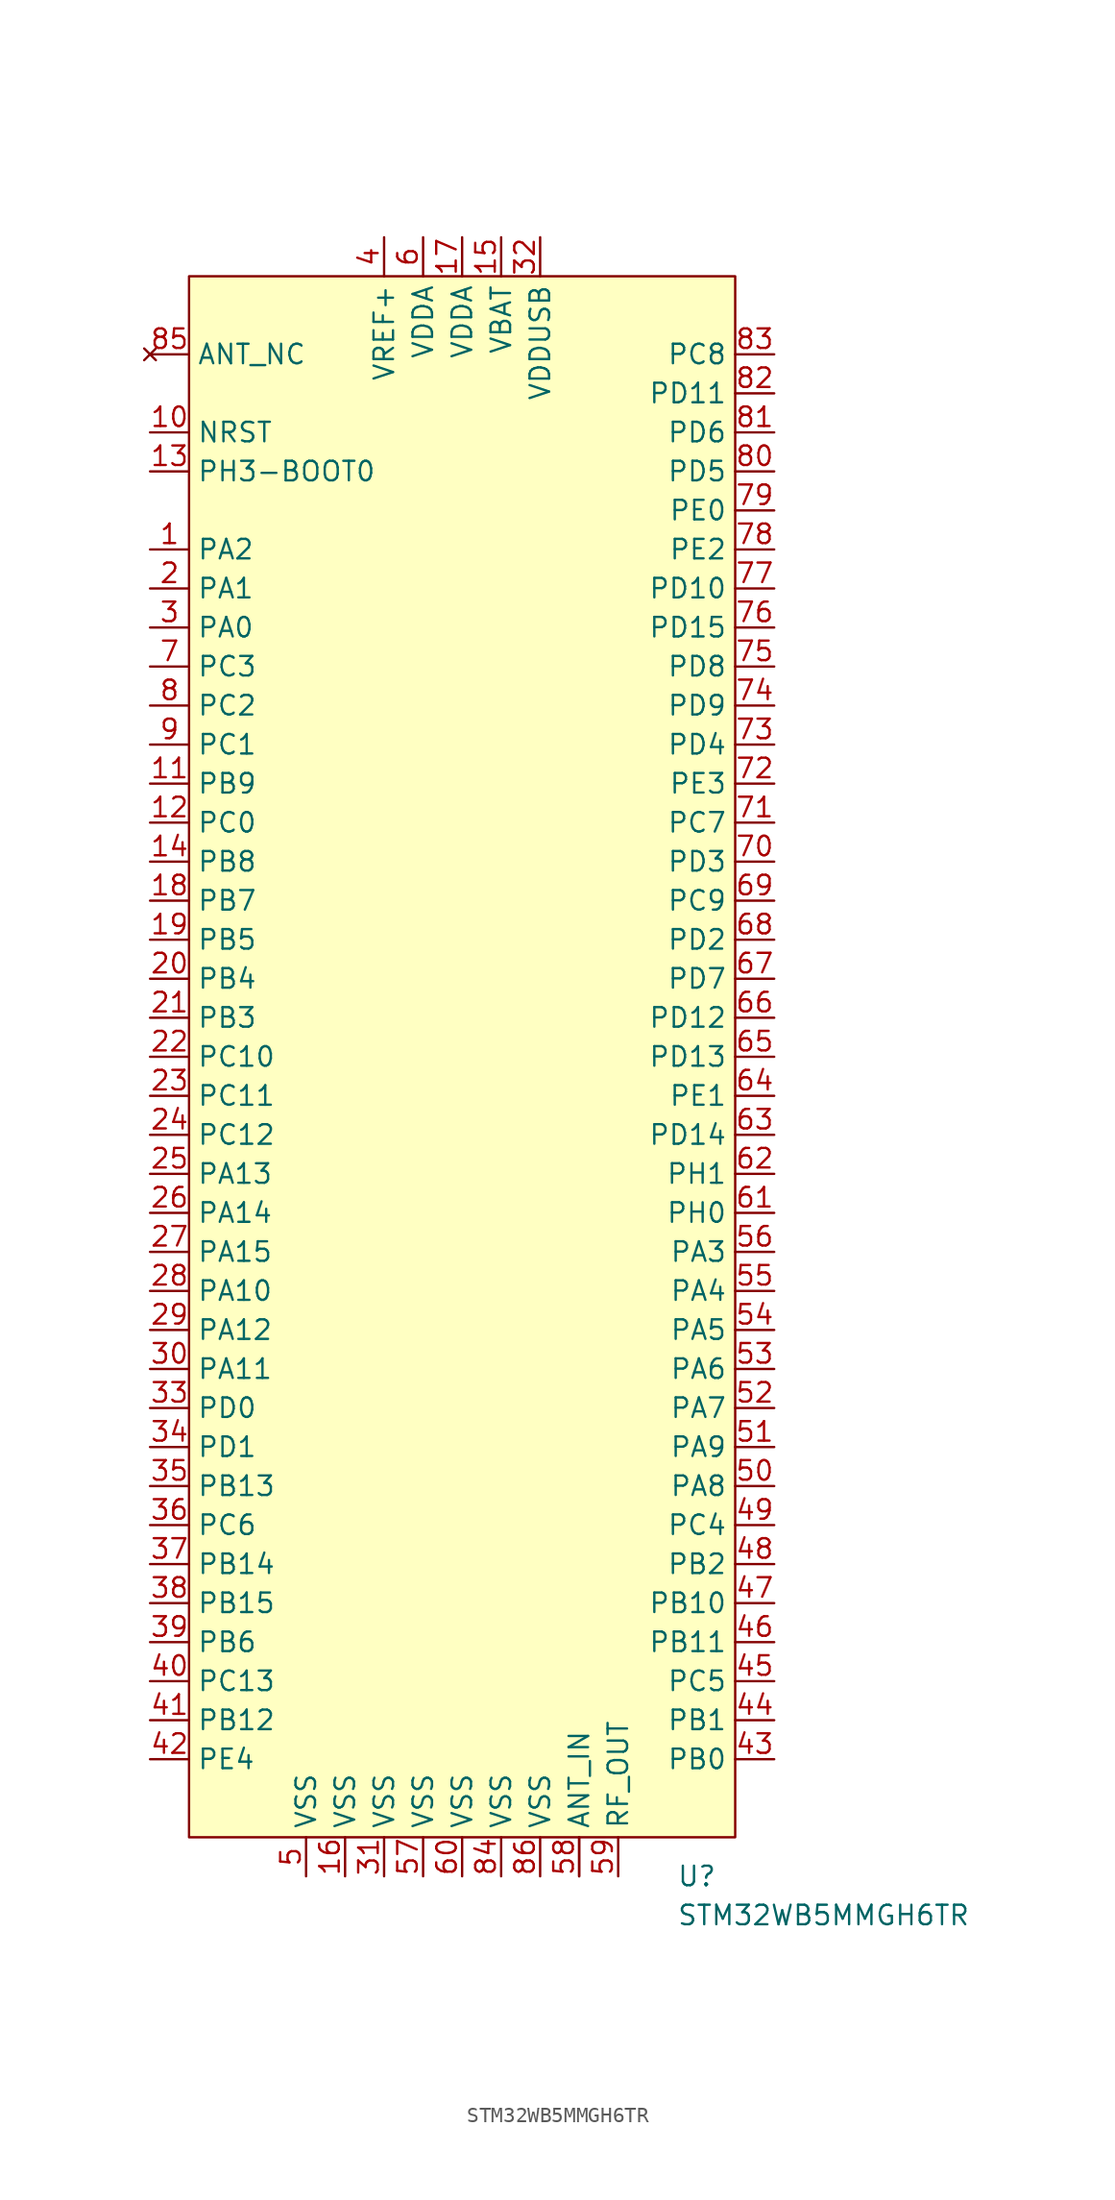
<source format=kicad_sym>
(kicad_symbol_lib
  (version 20220914)
  (generator kicad_symbol_editor)
  (symbol "STM32WB5MMGH6TR"
    (property "Reference" "U"
      (at 13.97 -53.34 0)
      (effects (font (size 1.27 1.27)) (justify left)))
    (property "Value" "STM32WB5MMGH6TR"
      (at 13.97 -55.88 0)
      (effects (font (size 1.27 1.27)) (justify left)))
    (symbol "STM32WB5MMGH6TR_0_1"
      (rectangle (start -17.78 50.8) (end 17.78 -50.8) (stroke (width 0) (type default)) (fill (type background)))
      (pin bidirectional line (at -20.32 33.02 0) (length 2.54) (name "PA2" (effects (font (size 1.27 1.27)))) (number "1" (effects (font (size 1.27 1.27)))))
      (pin input line (at -20.32 40.64 0) (length 2.54) (name "NRST" (effects (font (size 1.27 1.27)))) (number "10" (effects (font (size 1.27 1.27)))))
      (pin bidirectional line (at -20.32 17.78 0) (length 2.54) (name "PB9" (effects (font (size 1.27 1.27)))) (number "11" (effects (font (size 1.27 1.27)))))
      (pin bidirectional line (at -20.32 15.24 0) (length 2.54) (name "PC0" (effects (font (size 1.27 1.27)))) (number "12" (effects (font (size 1.27 1.27)))))
      (pin bidirectional line (at -20.32 38.1 0) (length 2.54) (name "PH3-BOOT0" (effects (font (size 1.27 1.27)))) (number "13" (effects (font (size 1.27 1.27)))))
      (pin bidirectional line (at -20.32 12.7 0) (length 2.54) (name "PB8" (effects (font (size 1.27 1.27)))) (number "14" (effects (font (size 1.27 1.27)))))
      (pin bidirectional line (at -20.32 10.16 0) (length 2.54) (name "PB7" (effects (font (size 1.27 1.27)))) (number "18" (effects (font (size 1.27 1.27)))))
      (pin bidirectional line (at -20.32 7.62 0) (length 2.54) (name "PB5" (effects (font (size 1.27 1.27)))) (number "19" (effects (font (size 1.27 1.27)))))
      (pin bidirectional line (at -20.32 30.48 0) (length 2.54) (name "PA1" (effects (font (size 1.27 1.27)))) (number "2" (effects (font (size 1.27 1.27)))))
      (pin bidirectional line (at -20.32 5.08 0) (length 2.54) (name "PB4" (effects (font (size 1.27 1.27)))) (number "20" (effects (font (size 1.27 1.27)))))
      (pin bidirectional line (at -20.32 2.54 0) (length 2.54) (name "PB3" (effects (font (size 1.27 1.27)))) (number "21" (effects (font (size 1.27 1.27)))))
      (pin bidirectional line (at -20.32 0 0) (length 2.54) (name "PC10" (effects (font (size 1.27 1.27)))) (number "22" (effects (font (size 1.27 1.27)))))
      (pin bidirectional line (at -20.32 -2.54 0) (length 2.54) (name "PC11" (effects (font (size 1.27 1.27)))) (number "23" (effects (font (size 1.27 1.27)))))
      (pin bidirectional line (at -20.32 -5.08 0) (length 2.54) (name "PC12" (effects (font (size 1.27 1.27)))) (number "24" (effects (font (size 1.27 1.27)))))
      (pin bidirectional line (at -20.32 -7.62 0) (length 2.54) (name "PA13" (effects (font (size 1.27 1.27)))) (number "25" (effects (font (size 1.27 1.27)))))
      (pin bidirectional line (at -20.32 -10.16 0) (length 2.54) (name "PA14" (effects (font (size 1.27 1.27)))) (number "26" (effects (font (size 1.27 1.27)))))
      (pin bidirectional line (at -20.32 -12.7 0) (length 2.54) (name "PA15" (effects (font (size 1.27 1.27)))) (number "27" (effects (font (size 1.27 1.27)))))
      (pin bidirectional line (at -20.32 -15.24 0) (length 2.54) (name "PA10" (effects (font (size 1.27 1.27)))) (number "28" (effects (font (size 1.27 1.27)))))
      (pin bidirectional line (at -20.32 -17.78 0) (length 2.54) (name "PA12" (effects (font (size 1.27 1.27)))) (number "29" (effects (font (size 1.27 1.27)))))
      (pin bidirectional line (at -20.32 27.94 0) (length 2.54) (name "PA0" (effects (font (size 1.27 1.27)))) (number "3" (effects (font (size 1.27 1.27)))))
      (pin bidirectional line (at -20.32 -20.32 0) (length 2.54) (name "PA11" (effects (font (size 1.27 1.27)))) (number "30" (effects (font (size 1.27 1.27)))))
      (pin bidirectional line (at -20.32 -22.86 0) (length 2.54) (name "PD0" (effects (font (size 1.27 1.27)))) (number "33" (effects (font (size 1.27 1.27)))))
      (pin bidirectional line (at -20.32 -25.4 0) (length 2.54) (name "PD1" (effects (font (size 1.27 1.27)))) (number "34" (effects (font (size 1.27 1.27)))))
      (pin bidirectional line (at -20.32 -27.94 0) (length 2.54) (name "PB13" (effects (font (size 1.27 1.27)))) (number "35" (effects (font (size 1.27 1.27)))))
      (pin bidirectional line (at -20.32 -30.48 0) (length 2.54) (name "PC6" (effects (font (size 1.27 1.27)))) (number "36" (effects (font (size 1.27 1.27)))))
      (pin bidirectional line (at -20.32 -33.02 0) (length 2.54) (name "PB14" (effects (font (size 1.27 1.27)))) (number "37" (effects (font (size 1.27 1.27)))))
      (pin bidirectional line (at -20.32 -35.56 0) (length 2.54) (name "PB15" (effects (font (size 1.27 1.27)))) (number "38" (effects (font (size 1.27 1.27)))))
      (pin bidirectional line (at -20.32 -38.1 0) (length 2.54) (name "PB6" (effects (font (size 1.27 1.27)))) (number "39" (effects (font (size 1.27 1.27)))))
      (pin bidirectional line (at -20.32 -40.64 0) (length 2.54) (name "PC13" (effects (font (size 1.27 1.27)))) (number "40" (effects (font (size 1.27 1.27)))))
      (pin bidirectional line (at -20.32 -43.18 0) (length 2.54) (name "PB12" (effects (font (size 1.27 1.27)))) (number "41" (effects (font (size 1.27 1.27)))))
      (pin bidirectional line (at -20.32 -45.72 0) (length 2.54) (name "PE4" (effects (font (size 1.27 1.27)))) (number "42" (effects (font (size 1.27 1.27)))))
      (pin bidirectional line (at 20.32 -45.72 180) (length 2.54) (name "PB0" (effects (font (size 1.27 1.27)))) (number "43" (effects (font (size 1.27 1.27)))))
      (pin bidirectional line (at 20.32 -43.18 180) (length 2.54) (name "PB1" (effects (font (size 1.27 1.27)))) (number "44" (effects (font (size 1.27 1.27)))))
      (pin bidirectional line (at 20.32 -40.64 180) (length 2.54) (name "PC5" (effects (font (size 1.27 1.27)))) (number "45" (effects (font (size 1.27 1.27)))))
      (pin bidirectional line (at 20.32 -38.1 180) (length 2.54) (name "PB11" (effects (font (size 1.27 1.27)))) (number "46" (effects (font (size 1.27 1.27)))))
      (pin bidirectional line (at 20.32 -35.56 180) (length 2.54) (name "PB10" (effects (font (size 1.27 1.27)))) (number "47" (effects (font (size 1.27 1.27)))))
      (pin bidirectional line (at 20.32 -33.02 180) (length 2.54) (name "PB2" (effects (font (size 1.27 1.27)))) (number "48" (effects (font (size 1.27 1.27)))))
      (pin bidirectional line (at 20.32 -30.48 180) (length 2.54) (name "PC4" (effects (font (size 1.27 1.27)))) (number "49" (effects (font (size 1.27 1.27)))))
      (pin bidirectional line (at 20.32 -27.94 180) (length 2.54) (name "PA8" (effects (font (size 1.27 1.27)))) (number "50" (effects (font (size 1.27 1.27)))))
      (pin bidirectional line (at 20.32 -25.4 180) (length 2.54) (name "PA9" (effects (font (size 1.27 1.27)))) (number "51" (effects (font (size 1.27 1.27)))))
      (pin bidirectional line (at 20.32 -22.86 180) (length 2.54) (name "PA7" (effects (font (size 1.27 1.27)))) (number "52" (effects (font (size 1.27 1.27)))))
      (pin bidirectional line (at 20.32 -20.32 180) (length 2.54) (name "PA6" (effects (font (size 1.27 1.27)))) (number "53" (effects (font (size 1.27 1.27)))))
      (pin bidirectional line (at 20.32 -17.78 180) (length 2.54) (name "PA5" (effects (font (size 1.27 1.27)))) (number "54" (effects (font (size 1.27 1.27)))))
      (pin bidirectional line (at 20.32 -15.24 180) (length 2.54) (name "PA4" (effects (font (size 1.27 1.27)))) (number "55" (effects (font (size 1.27 1.27)))))
      (pin bidirectional line (at 20.32 -12.7 180) (length 2.54) (name "PA3" (effects (font (size 1.27 1.27)))) (number "56" (effects (font (size 1.27 1.27)))))
      (pin bidirectional line (at 20.32 -10.16 180) (length 2.54) (name "PH0" (effects (font (size 1.27 1.27)))) (number "61" (effects (font (size 1.27 1.27)))))
      (pin bidirectional line (at 20.32 -7.62 180) (length 2.54) (name "PH1" (effects (font (size 1.27 1.27)))) (number "62" (effects (font (size 1.27 1.27)))))
      (pin bidirectional line (at 20.32 -5.08 180) (length 2.54) (name "PD14" (effects (font (size 1.27 1.27)))) (number "63" (effects (font (size 1.27 1.27)))))
      (pin bidirectional line (at 20.32 -2.54 180) (length 2.54) (name "PE1" (effects (font (size 1.27 1.27)))) (number "64" (effects (font (size 1.27 1.27)))))
      (pin bidirectional line (at 20.32 0 180) (length 2.54) (name "PD13" (effects (font (size 1.27 1.27)))) (number "65" (effects (font (size 1.27 1.27)))))
      (pin bidirectional line (at 20.32 2.54 180) (length 2.54) (name "PD12" (effects (font (size 1.27 1.27)))) (number "66" (effects (font (size 1.27 1.27)))))
      (pin bidirectional line (at 20.32 5.08 180) (length 2.54) (name "PD7" (effects (font (size 1.27 1.27)))) (number "67" (effects (font (size 1.27 1.27)))))
      (pin bidirectional line (at 20.32 7.62 180) (length 2.54) (name "PD2" (effects (font (size 1.27 1.27)))) (number "68" (effects (font (size 1.27 1.27)))))
      (pin bidirectional line (at 20.32 10.16 180) (length 2.54) (name "PC9" (effects (font (size 1.27 1.27)))) (number "69" (effects (font (size 1.27 1.27)))))
      (pin bidirectional line (at -20.32 25.4 0) (length 2.54) (name "PC3" (effects (font (size 1.27 1.27)))) (number "7" (effects (font (size 1.27 1.27)))))
      (pin bidirectional line (at 20.32 12.7 180) (length 2.54) (name "PD3" (effects (font (size 1.27 1.27)))) (number "70" (effects (font (size 1.27 1.27)))))
      (pin bidirectional line (at 20.32 15.24 180) (length 2.54) (name "PC7" (effects (font (size 1.27 1.27)))) (number "71" (effects (font (size 1.27 1.27)))))
      (pin bidirectional line (at 20.32 17.78 180) (length 2.54) (name "PE3" (effects (font (size 1.27 1.27)))) (number "72" (effects (font (size 1.27 1.27)))))
      (pin bidirectional line (at 20.32 20.32 180) (length 2.54) (name "PD4" (effects (font (size 1.27 1.27)))) (number "73" (effects (font (size 1.27 1.27)))))
      (pin bidirectional line (at 20.32 22.86 180) (length 2.54) (name "PD9" (effects (font (size 1.27 1.27)))) (number "74" (effects (font (size 1.27 1.27)))))
      (pin bidirectional line (at 20.32 25.4 180) (length 2.54) (name "PD8" (effects (font (size 1.27 1.27)))) (number "75" (effects (font (size 1.27 1.27)))))
      (pin bidirectional line (at 20.32 27.94 180) (length 2.54) (name "PD15" (effects (font (size 1.27 1.27)))) (number "76" (effects (font (size 1.27 1.27)))))
      (pin bidirectional line (at 20.32 30.48 180) (length 2.54) (name "PD10" (effects (font (size 1.27 1.27)))) (number "77" (effects (font (size 1.27 1.27)))))
      (pin bidirectional line (at 20.32 33.02 180) (length 2.54) (name "PE2" (effects (font (size 1.27 1.27)))) (number "78" (effects (font (size 1.27 1.27)))))
      (pin bidirectional line (at 20.32 35.56 180) (length 2.54) (name "PE0" (effects (font (size 1.27 1.27)))) (number "79" (effects (font (size 1.27 1.27)))))
      (pin bidirectional line (at -20.32 22.86 0) (length 2.54) (name "PC2" (effects (font (size 1.27 1.27)))) (number "8" (effects (font (size 1.27 1.27)))))
      (pin bidirectional line (at 20.32 38.1 180) (length 2.54) (name "PD5" (effects (font (size 1.27 1.27)))) (number "80" (effects (font (size 1.27 1.27)))))
      (pin bidirectional line (at 20.32 40.64 180) (length 2.54) (name "PD6" (effects (font (size 1.27 1.27)))) (number "81" (effects (font (size 1.27 1.27)))))
      (pin bidirectional line (at 20.32 43.18 180) (length 2.54) (name "PD11" (effects (font (size 1.27 1.27)))) (number "82" (effects (font (size 1.27 1.27)))))
      (pin bidirectional line (at 20.32 45.72 180) (length 2.54) (name "PC8" (effects (font (size 1.27 1.27)))) (number "83" (effects (font (size 1.27 1.27)))))
      (pin bidirectional line (at -20.32 20.32 0) (length 2.54) (name "PC1" (effects (font (size 1.27 1.27)))) (number "9" (effects (font (size 1.27 1.27))))))
    (symbol "STM32WB5MMGH6TR_1_0"
      (pin power_in line (at 7.62 -53.34 90) (length 2.54) (name "" (effects (font (size 1.27 1.27)))) (number "" (effects (font (size 1.27 1.27))))))
    (symbol "STM32WB5MMGH6TR_1_1"
      (pin power_in line (at 2.54 53.34 270) (length 2.54) (name "VBAT" (effects (font (size 1.27 1.27)))) (number "15" (effects (font (size 1.27 1.27)))))
      (pin power_in line (at -7.62 -53.34 90) (length 2.54) (name "VSS" (effects (font (size 1.27 1.27)))) (number "16" (effects (font (size 1.27 1.27)))))
      (pin power_in line (at 0 53.34 270) (length 2.54) (name "VDDA" (effects (font (size 1.27 1.27)))) (number "17" (effects (font (size 1.27 1.27)))))
      (pin power_in line (at -5.08 -53.34 90) (length 2.54) (name "VSS" (effects (font (size 1.27 1.27)))) (number "31" (effects (font (size 1.27 1.27)))))
      (pin power_in line (at 5.08 53.34 270) (length 2.54) (name "VDDUSB" (effects (font (size 1.27 1.27)))) (number "32" (effects (font (size 1.27 1.27)))))
      (pin power_in line (at -5.08 53.34 270) (length 2.54) (name "VREF+" (effects (font (size 1.27 1.27)))) (number "4" (effects (font (size 1.27 1.27)))))
      (pin power_in line (at -10.16 -53.34 90) (length 2.54) (name "VSS" (effects (font (size 1.27 1.27)))) (number "5" (effects (font (size 1.27 1.27)))))
      (pin power_in line (at -2.54 -53.34 90) (length 2.54) (name "VSS" (effects (font (size 1.27 1.27)))) (number "57" (effects (font (size 1.27 1.27)))))
      (pin power_in line (at 7.62 -53.34 90) (length 2.54) (name "ANT_IN" (effects (font (size 1.27 1.27)))) (number "58" (effects (font (size 1.27 1.27)))))
      (pin power_in line (at 10.16 -53.34 90) (length 2.54) (name "RF_OUT" (effects (font (size 1.27 1.27)))) (number "59" (effects (font (size 1.27 1.27)))))
      (pin power_in line (at -2.54 53.34 270) (length 2.54) (name "VDDA" (effects (font (size 1.27 1.27)))) (number "6" (effects (font (size 1.27 1.27)))))
      (pin power_in line (at 0 -53.34 90) (length 2.54) (name "VSS" (effects (font (size 1.27 1.27)))) (number "60" (effects (font (size 1.27 1.27)))))
      (pin power_in line (at 2.54 -53.34 90) (length 2.54) (name "VSS" (effects (font (size 1.27 1.27)))) (number "84" (effects (font (size 1.27 1.27)))))
      (pin no_connect line (at -20.32 45.72 0) (length 2.54) (name "ANT_NC" (effects (font (size 1.27 1.27)))) (number "85" (effects (font (size 1.27 1.27)))))
      (pin power_in line (at 5.08 -53.34 90) (length 2.54) (name "VSS" (effects (font (size 1.27 1.27)))) (number "86" (effects (font (size 1.27 1.27))))))))
</source>
